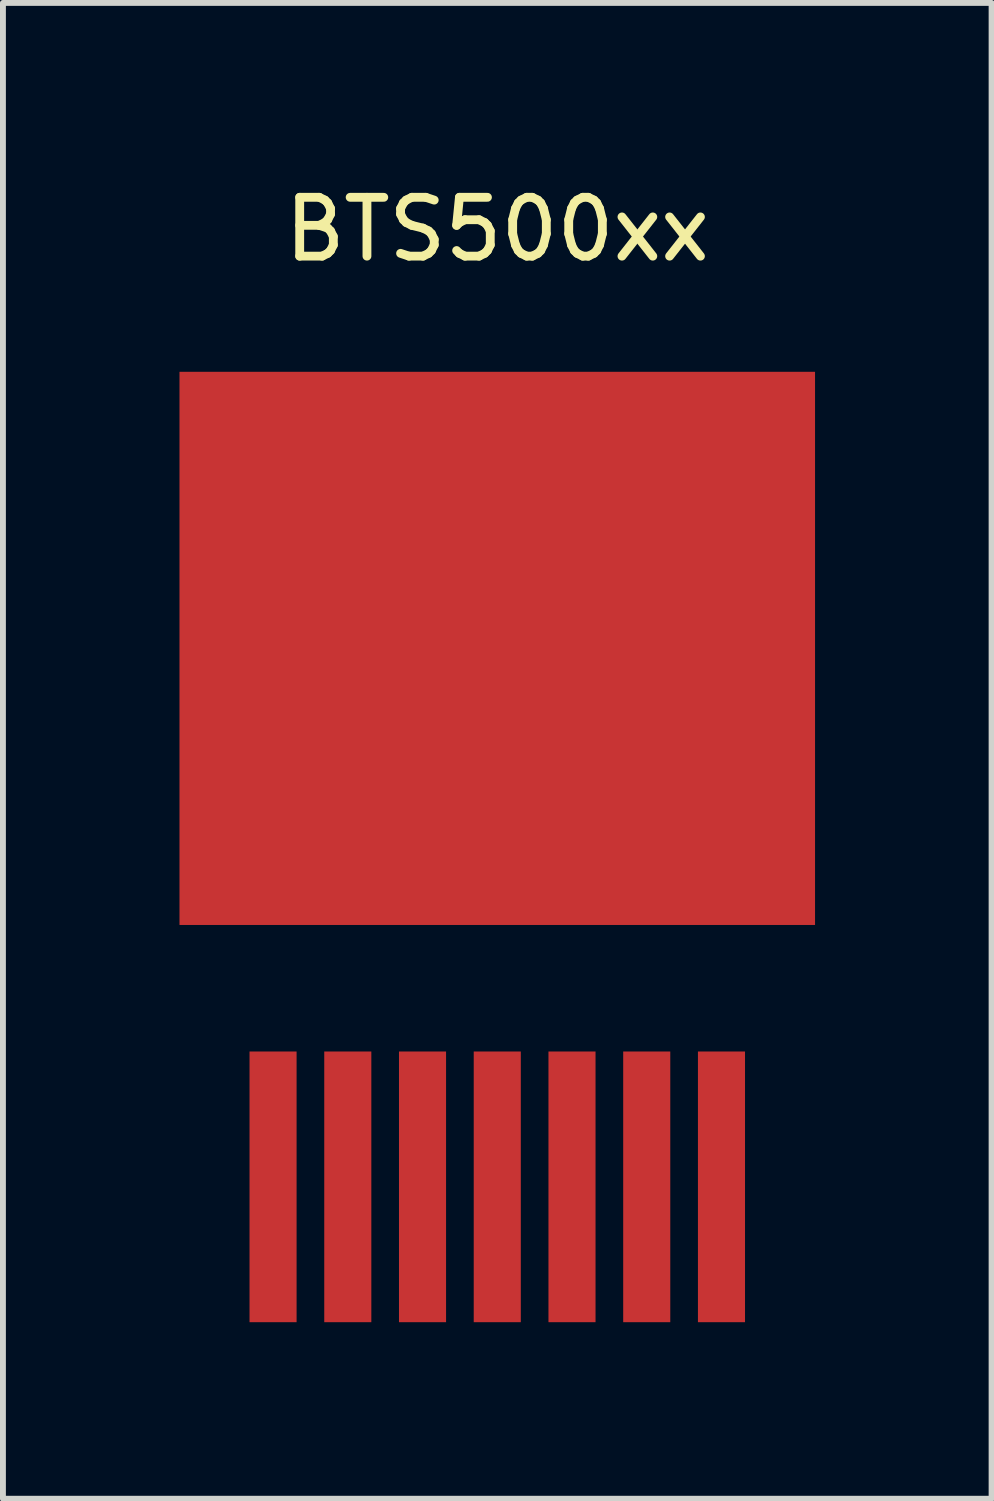
<source format=kicad_pcb>
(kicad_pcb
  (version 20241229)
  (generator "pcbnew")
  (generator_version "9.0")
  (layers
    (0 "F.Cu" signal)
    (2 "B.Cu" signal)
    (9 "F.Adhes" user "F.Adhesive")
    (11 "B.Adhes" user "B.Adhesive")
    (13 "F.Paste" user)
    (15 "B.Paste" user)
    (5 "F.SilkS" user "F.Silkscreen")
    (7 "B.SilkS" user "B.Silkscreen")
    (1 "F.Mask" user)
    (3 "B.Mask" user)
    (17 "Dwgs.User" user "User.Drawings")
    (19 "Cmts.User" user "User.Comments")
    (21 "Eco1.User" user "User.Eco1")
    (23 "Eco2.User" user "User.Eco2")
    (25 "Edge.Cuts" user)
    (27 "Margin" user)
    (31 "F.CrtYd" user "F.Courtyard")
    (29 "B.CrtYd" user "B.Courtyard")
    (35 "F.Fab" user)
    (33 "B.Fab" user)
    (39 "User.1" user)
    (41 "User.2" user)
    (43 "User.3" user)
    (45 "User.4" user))
  (footprint "BTS500xx"
    (layer "F.Cu")
    (at 5.4 14.818)
    (property "Reference" "BTS500xx" (at 0 -13.97 0) (layer "F.SilkS") (effects (font (size 1 1) (thickness 0.15))))
    (attr through_hole)
    (pad "1" smd rect (at -3.81 2.3) (size 0.8 4.6) (layers "F.Cu" "F.Mask" "F.Paste"))
    (pad "2" smd rect (at -2.54 2.3) (size 0.8 4.6) (layers "F.Cu" "F.Mask" "F.Paste"))
    (pad "3" smd rect (at -1.27 2.3) (size 0.8 4.6) (layers "F.Cu" "F.Mask" "F.Paste"))
    (pad "4" smd rect (at 0 2.3) (size 0.8 4.6) (layers "F.Cu" "F.Mask" "F.Paste"))
    (pad "5" smd rect (at 1.27 2.3) (size 0.8 4.6) (layers "F.Cu" "F.Mask" "F.Paste"))
    (pad "6" smd rect (at 2.54 2.3) (size 0.8 4.6) (layers "F.Cu" "F.Mask" "F.Paste"))
    (pad "7" smd rect (at 3.81 2.3) (size 0.8 4.6) (layers "F.Cu" "F.Mask" "F.Paste"))
    (pad "8" smd rect (at 0 -6.85) (size 10.8 9.4) (layers "F.Cu" "F.Mask" "F.Paste")))
  (gr_rect
    (start -3 -3)
    (end 13.8 22.418)
    (stroke (width 0.1) (type default))
    (fill no)
    (layer "Edge.Cuts")))
</source>
